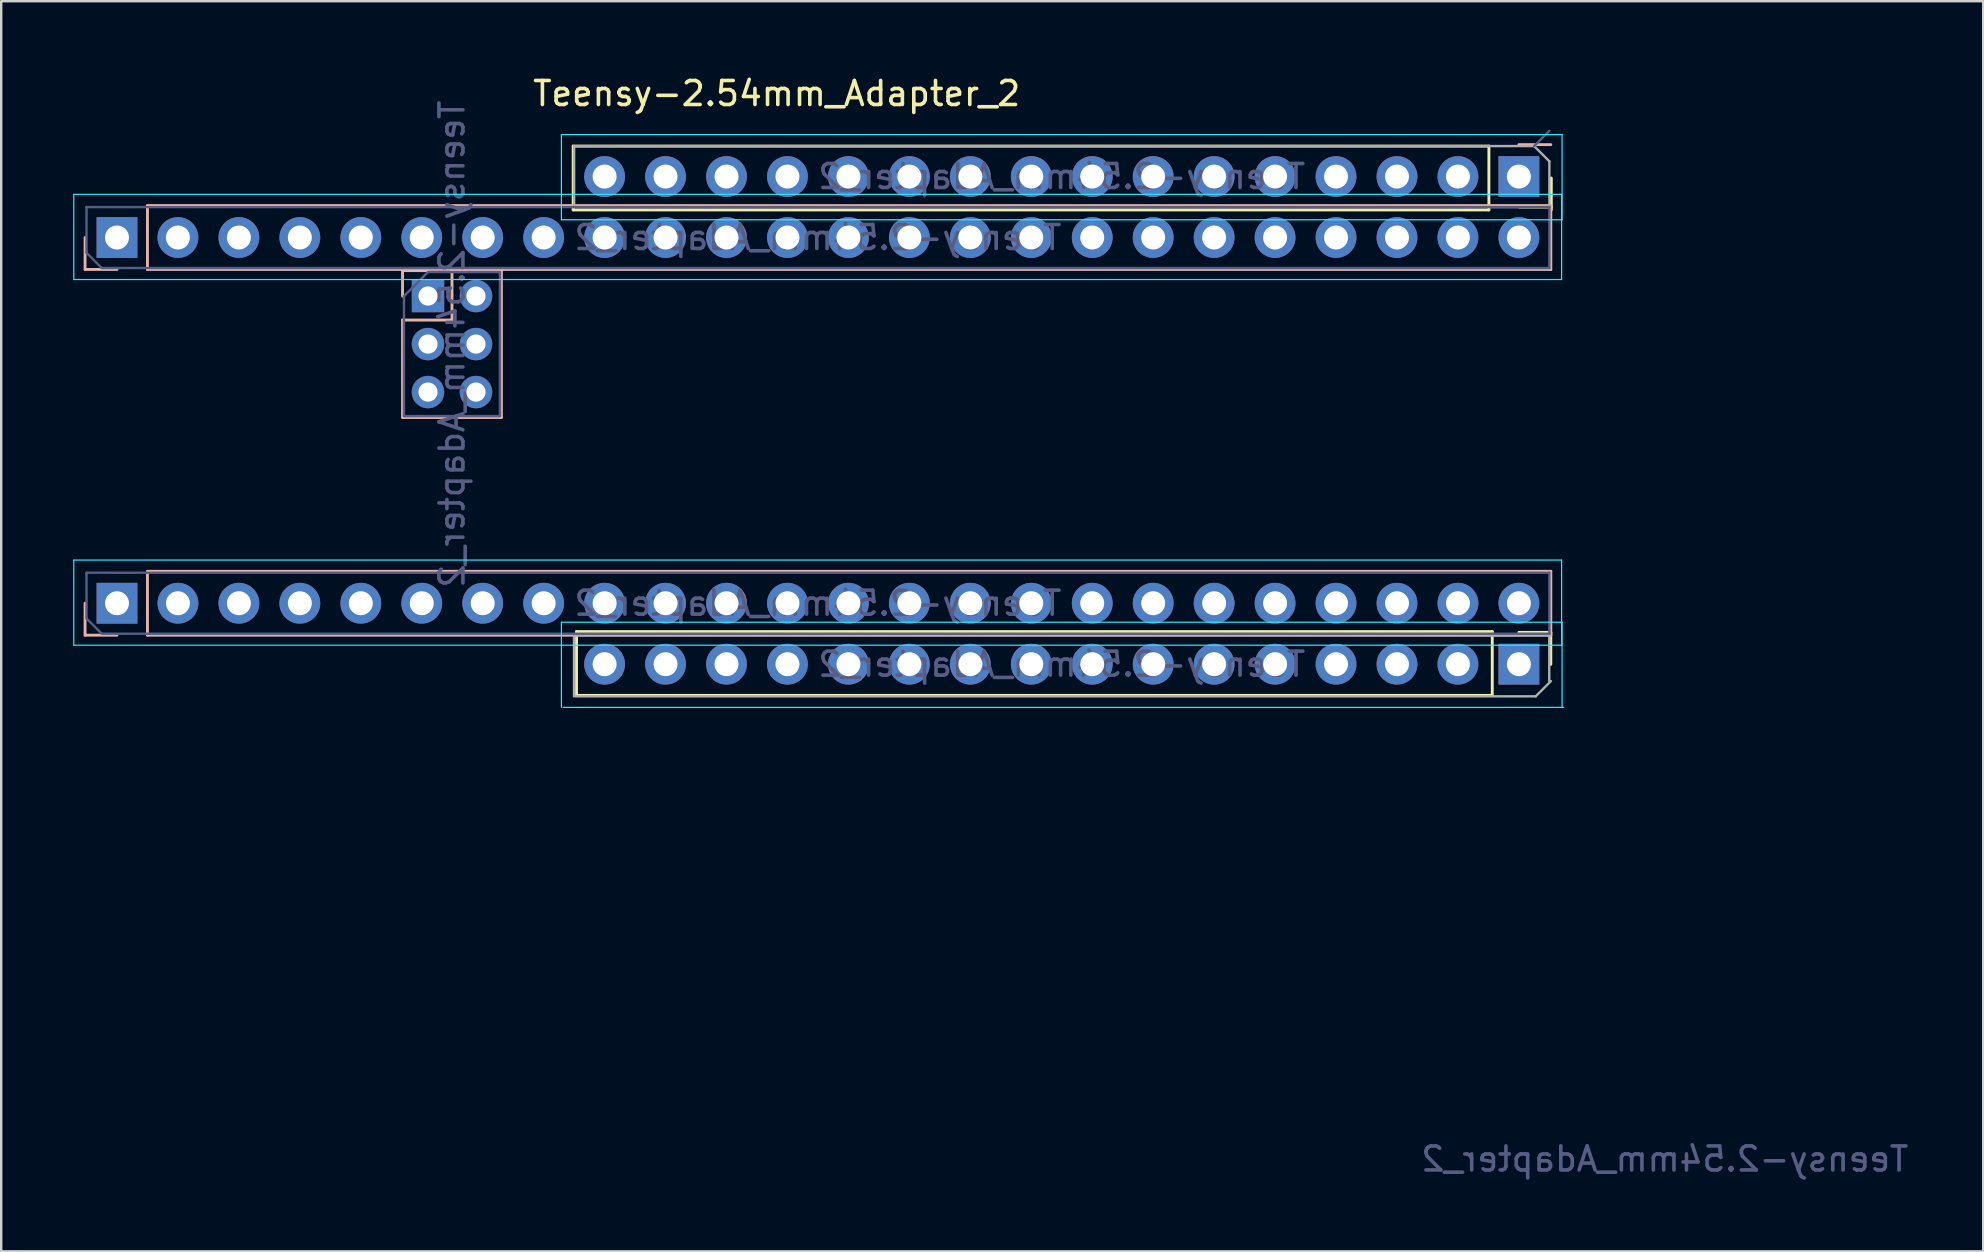
<source format=kicad_pcb>
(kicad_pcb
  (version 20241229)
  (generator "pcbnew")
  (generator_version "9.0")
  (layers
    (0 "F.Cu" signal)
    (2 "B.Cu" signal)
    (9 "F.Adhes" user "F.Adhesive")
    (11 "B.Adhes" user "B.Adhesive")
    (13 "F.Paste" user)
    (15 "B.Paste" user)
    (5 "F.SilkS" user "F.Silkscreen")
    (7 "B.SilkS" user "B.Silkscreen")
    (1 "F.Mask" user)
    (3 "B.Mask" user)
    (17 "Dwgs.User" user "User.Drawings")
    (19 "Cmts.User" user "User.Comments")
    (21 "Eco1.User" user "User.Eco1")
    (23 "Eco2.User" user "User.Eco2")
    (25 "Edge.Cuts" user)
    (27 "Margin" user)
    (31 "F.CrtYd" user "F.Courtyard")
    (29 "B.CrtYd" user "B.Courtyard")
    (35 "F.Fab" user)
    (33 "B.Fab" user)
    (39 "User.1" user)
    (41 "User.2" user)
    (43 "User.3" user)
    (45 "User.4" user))
  (footprint "Teensy-2.54mm_Adapter_2"
    (layer "F.Cu")
    (at 1.815 6.848)
    (property "Reference" "Teensy-2.54mm_Adapter_2" (at 27.5 -6 0) (unlocked yes) (layer "F.SilkS") (effects (font (size 1 1) (thickness 0.15))))
    (attr through_hole)
    (fp_line (start 19.02 -3.81) (end 19.02 -1.15) (stroke (width 0.12) (type solid)) (layer "F.SilkS"))
    (fp_line (start 19.16 16.42) (end 19.16 19.08) (stroke (width 0.12) (type solid)) (layer "F.SilkS"))
    (fp_line (start 57.18 -3.81) (end 19.02 -3.81) (stroke (width 0.12) (type solid)) (layer "F.SilkS"))
    (fp_line (start 57.18 -3.81) (end 57.18 -1.15) (stroke (width 0.12) (type solid)) (layer "F.SilkS"))
    (fp_line (start 57.18 -1.15) (end 19.02 -1.15) (stroke (width 0.12) (type solid)) (layer "F.SilkS"))
    (fp_line (start 57.32 16.42) (end 19.16 16.42) (stroke (width 0.12) (type solid)) (layer "F.SilkS"))
    (fp_line (start 57.32 16.42) (end 57.32 19.08) (stroke (width 0.12) (type solid)) (layer "F.SilkS"))
    (fp_line (start 57.32 19.08) (end 19.16 19.08) (stroke (width 0.12) (type solid)) (layer "F.SilkS"))
    (fp_line (start 58.43 16.455) (end 59.76 16.455) (stroke (width 0.12) (type solid)) (layer "F.SilkS"))
    (fp_line (start 58.45 -1.27) (end 59.78 -1.27) (stroke (width 0.12) (type solid)) (layer "F.SilkS"))
    (fp_line (start 59.76 16.455) (end 59.76 17.785) (stroke (width 0.12) (type solid)) (layer "F.SilkS"))
    (fp_line (start 59.78 -2.48) (end 59.78 -1.15) (stroke (width 0.12) (type solid)) (layer "F.SilkS"))
    (fp_line (start -1.32 0) (end -1.32 1.33) (stroke (width 0.12) (type solid)) (layer "B.SilkS"))
    (fp_line (start -1.32 1.33) (end 0.01 1.33) (stroke (width 0.12) (type solid)) (layer "B.SilkS"))
    (fp_line (start -1.32 15.24) (end -1.32 16.57) (stroke (width 0.12) (type solid)) (layer "B.SilkS"))
    (fp_line (start -1.32 16.57) (end 0.01 16.57) (stroke (width 0.12) (type solid)) (layer "B.SilkS"))
    (fp_line (start 1.28 -1.33) (end 1.28 1.33) (stroke (width 0.12) (type solid)) (layer "B.SilkS"))
    (fp_line (start 1.28 -1.33) (end 59.76 -1.33) (stroke (width 0.12) (type solid)) (layer "B.SilkS"))
    (fp_line (start 1.28 1.33) (end 59.76 1.33) (stroke (width 0.12) (type solid)) (layer "B.SilkS"))
    (fp_line (start 1.28 13.91) (end 1.28 16.57) (stroke (width 0.12) (type solid)) (layer "B.SilkS"))
    (fp_line (start 1.28 13.91) (end 59.76 13.91) (stroke (width 0.12) (type solid)) (layer "B.SilkS"))
    (fp_line (start 1.28 16.57) (end 59.76 16.57) (stroke (width 0.12) (type solid)) (layer "B.SilkS"))
    (fp_line (start 11.91 1.38) (end 11.91 2.44) (stroke (width 0.12) (type solid)) (layer "B.SilkS"))
    (fp_line (start 11.91 3.44) (end 11.91 7.5) (stroke (width 0.12) (type solid)) (layer "B.SilkS"))
    (fp_line (start 12.97 1.38) (end 11.91 1.38) (stroke (width 0.12) (type solid)) (layer "B.SilkS"))
    (fp_line (start 13.97 1.38) (end 13.97 3.44) (stroke (width 0.12) (type solid)) (layer "B.SilkS"))
    (fp_line (start 13.97 3.44) (end 11.91 3.44) (stroke (width 0.12) (type solid)) (layer "B.SilkS"))
    (fp_line (start 16.03 1.38) (end 13.97 1.38) (stroke (width 0.12) (type solid)) (layer "B.SilkS"))
    (fp_line (start 16.03 1.38) (end 16.03 7.5) (stroke (width 0.12) (type solid)) (layer "B.SilkS"))
    (fp_line (start 16.03 7.5) (end 11.91 7.5) (stroke (width 0.12) (type solid)) (layer "B.SilkS"))
    (fp_line (start 59.76 -1.33) (end 59.76 1.33) (stroke (width 0.12) (type solid)) (layer "B.SilkS"))
    (fp_line (start 59.76 -3.87) (end 58.43 -3.87) (stroke (width 0.12) (type solid)) (layer "B.SilkS"))
    (fp_line (start 59.76 13.91) (end 59.76 16.57) (stroke (width 0.12) (type solid)) (layer "B.SilkS"))
    (fp_line (start -1.79 -1.8) (end -1.79 1.75) (stroke (width 0.05) (type solid)) (layer "B.CrtYd"))
    (fp_line (start -1.79 1.75) (end 60.21 1.75) (stroke (width 0.05) (type solid)) (layer "B.CrtYd"))
    (fp_line (start -1.79 13.44) (end -1.79 16.99) (stroke (width 0.05) (type solid)) (layer "B.CrtYd"))
    (fp_line (start -1.79 16.99) (end 60.21 16.99) (stroke (width 0.05) (type solid)) (layer "B.CrtYd"))
    (fp_line (start 18.53 -4.29) (end 18.53 -0.74) (stroke (width 0.05) (type solid)) (layer "B.CrtYd"))
    (fp_line (start 18.53 -0.74) (end 60.23 -0.74) (stroke (width 0.05) (type solid)) (layer "B.CrtYd"))
    (fp_line (start 18.53 16.03) (end 18.53 19.58) (stroke (width 0.05) (type solid)) (layer "B.CrtYd"))
    (fp_line (start 18.6 19.58) (end 60.3 19.58) (stroke (width 0.05) (type solid)) (layer "B.CrtYd"))
    (fp_line (start 60.21 -1.8) (end -1.79 -1.8) (stroke (width 0.05) (type solid)) (layer "B.CrtYd"))
    (fp_line (start 60.21 1.75) (end 60.21 -1.8) (stroke (width 0.05) (type solid)) (layer "B.CrtYd"))
    (fp_line (start 60.21 13.44) (end -1.79 13.44) (stroke (width 0.05) (type solid)) (layer "B.CrtYd"))
    (fp_line (start 60.21 16.99) (end 60.21 13.44) (stroke (width 0.05) (type solid)) (layer "B.CrtYd"))
    (fp_line (start 60.23 -4.29) (end 18.53 -4.29) (stroke (width 0.05) (type solid)) (layer "B.CrtYd"))
    (fp_line (start 60.23 -0.74) (end 60.23 -4.29) (stroke (width 0.05) (type solid)) (layer "B.CrtYd"))
    (fp_line (start 60.23 16.03) (end 18.53 16.03) (stroke (width 0.05) (type solid)) (layer "B.CrtYd"))
    (fp_line (start 60.23 19.58) (end 60.23 16.03) (stroke (width 0.05) (type solid)) (layer "B.CrtYd"))
    (fp_line (start -1.26 -1.27) (end -1.26 0.635) (stroke (width 0.1) (type solid)) (layer "B.Fab"))
    (fp_line (start -1.26 0.635) (end -0.625 1.27) (stroke (width 0.1) (type solid)) (layer "B.Fab"))
    (fp_line (start -1.26 13.97) (end -1.26 15.875) (stroke (width 0.1) (type solid)) (layer "B.Fab"))
    (fp_line (start -1.26 15.875) (end -0.625 16.51) (stroke (width 0.1) (type solid)) (layer "B.Fab"))
    (fp_line (start -0.625 1.27) (end 59.7 1.27) (stroke (width 0.1) (type solid)) (layer "B.Fab"))
    (fp_line (start -0.625 16.51) (end 59.7 16.51) (stroke (width 0.1) (type solid)) (layer "B.Fab"))
    (fp_line (start 11.97 2.44) (end 11.97 7.44) (stroke (width 0.1) (type solid)) (layer "B.Fab"))
    (fp_line (start 11.97 7.44) (end 15.97 7.44) (stroke (width 0.1) (type solid)) (layer "B.Fab"))
    (fp_line (start 12.97 1.44) (end 11.97 2.44) (stroke (width 0.1) (type solid)) (layer "B.Fab"))
    (fp_line (start 15.97 1.44) (end 12.97 1.44) (stroke (width 0.1) (type solid)) (layer "B.Fab"))
    (fp_line (start 15.97 7.44) (end 15.97 1.44) (stroke (width 0.1) (type solid)) (layer "B.Fab"))
    (fp_line (start 59.065 -3.81) (end 59.7 -4.445) (stroke (width 0.1) (type solid)) (layer "B.Fab"))
    (fp_line (start 59.7 -1.27) (end -1.26 -1.27) (stroke (width 0.1) (type solid)) (layer "B.Fab"))
    (fp_line (start 59.7 1.27) (end 59.7 -1.27) (stroke (width 0.1) (type solid)) (layer "B.Fab"))
    (fp_line (start 59.7 13.97) (end -1.26 13.97) (stroke (width 0.1) (type solid)) (layer "B.Fab"))
    (fp_line (start 59.7 16.51) (end 59.7 13.97) (stroke (width 0.1) (type solid)) (layer "B.Fab"))
    (fp_line (start 19.055 16.58) (end 59.695 16.58) (stroke (width 0.1) (type solid)) (layer "F.Fab"))
    (fp_line (start 19.055 19.12) (end 19.055 16.58) (stroke (width 0.1) (type solid)) (layer "F.Fab"))
    (fp_line (start 19.06 -3.81) (end 19.06 -1.27) (stroke (width 0.1) (type solid)) (layer "F.Fab"))
    (fp_line (start 19.06 -1.27) (end 59.7 -1.27) (stroke (width 0.1) (type solid)) (layer "F.Fab"))
    (fp_line (start 59.065 -3.81) (end 19.06 -3.81) (stroke (width 0.1) (type solid)) (layer "F.Fab"))
    (fp_line (start 59.13 19.12) (end 19.125 19.12) (stroke (width 0.1) (type solid)) (layer "F.Fab"))
    (fp_line (start 59.695 16.58) (end 59.695 18.485) (stroke (width 0.1) (type solid)) (layer "F.Fab"))
    (fp_line (start 59.7 -3.175) (end 59.065 -3.81) (stroke (width 0.1) (type solid)) (layer "F.Fab"))
    (fp_line (start 59.7 -1.27) (end 59.7 -3.175) (stroke (width 0.1) (type solid)) (layer "F.Fab"))
    (fp_line (start 59.765 18.485) (end 59.13 19.12) (stroke (width 0.1) (type solid)) (layer "F.Fab"))
    (fp_text user "${REFERENCE}" (at 29.22 0 0) (layer "B.Fab") (effects (font (size 1 1) (thickness 0.15)) (justify mirror)))
    (fp_text user "${REFERENCE}" (at 64.51 38.4 0) (layer "B.Fab") (effects (font (size 1 1) (thickness 0.15)) (justify mirror)))
    (fp_text user "${REFERENCE}" (at 39.38 -2.54 0) (layer "B.Fab") (effects (font (size 1 1) (thickness 0.15)) (justify mirror)))
    (fp_text user "${REFERENCE}" (at 39.38 17.78 0) (layer "B.Fab") (effects (font (size 1 1) (thickness 0.15)) (justify mirror)))
    (fp_text user "${REFERENCE}" (at 29.22 15.24 0) (layer "B.Fab") (effects (font (size 1 1) (thickness 0.15)) (justify mirror)))
    (fp_text user "${REFERENCE}" (at 13.97 4.44 90) (layer "B.Fab") (effects (font (size 1 1) (thickness 0.15)) (justify mirror)))
    (pad "1" thru_hole rect (at 0.01 15.24 270) (size 1.7 1.7) (drill 1) (layers "*.Cu" "*.Mask"))
    (pad "2" thru_hole oval (at 2.55 15.24 270) (size 1.7 1.7) (drill 1) (layers "*.Cu" "*.Mask"))
    (pad "3" thru_hole oval (at 5.09 15.24 270) (size 1.7 1.7) (drill 1) (layers "*.Cu" "*.Mask"))
    (pad "4" thru_hole oval (at 7.63 15.24 270) (size 1.7 1.7) (drill 1) (layers "*.Cu" "*.Mask"))
    (pad "5" thru_hole oval (at 10.17 15.24 270) (size 1.7 1.7) (drill 1) (layers "*.Cu" "*.Mask"))
    (pad "6" thru_hole oval (at 12.71 15.24 270) (size 1.7 1.7) (drill 1) (layers "*.Cu" "*.Mask"))
    (pad "7" thru_hole oval (at 15.25 15.24 270) (size 1.7 1.7) (drill 1) (layers "*.Cu" "*.Mask"))
    (pad "8" thru_hole oval (at 17.79 15.24 270) (size 1.7 1.7) (drill 1) (layers "*.Cu" "*.Mask"))
    (pad "9" thru_hole oval (at 20.33 15.24 270) (size 1.7 1.7) (drill 1) (layers "*.Cu" "*.Mask"))
    (pad "9a" thru_hole oval (at 20.33 17.78 90) (size 1.7 1.7) (drill 1) (layers "*.Cu" "*.Mask"))
    (pad "10" thru_hole oval (at 22.87 15.24 270) (size 1.7 1.7) (drill 1) (layers "*.Cu" "*.Mask"))
    (pad "10a" thru_hole oval (at 22.87 17.78 90) (size 1.7 1.7) (drill 1) (layers "*.Cu" "*.Mask"))
    (pad "11" thru_hole oval (at 25.41 15.24 270) (size 1.7 1.7) (drill 1) (layers "*.Cu" "*.Mask"))
    (pad "11a" thru_hole oval (at 25.41 17.78 90) (size 1.7 1.7) (drill 1) (layers "*.Cu" "*.Mask"))
    (pad "12" thru_hole oval (at 27.95 15.24 270) (size 1.7 1.7) (drill 1) (layers "*.Cu" "*.Mask"))
    (pad "12a" thru_hole oval (at 27.95 17.78 90) (size 1.7 1.7) (drill 1) (layers "*.Cu" "*.Mask"))
    (pad "13" thru_hole oval (at 30.49 15.24 270) (size 1.7 1.7) (drill 1) (layers "*.Cu" "*.Mask"))
    (pad "13a" thru_hole oval (at 30.49 17.78 90) (size 1.7 1.7) (drill 1) (layers "*.Cu" "*.Mask"))
    (pad "14" thru_hole oval (at 33.03 15.24 270) (size 1.7 1.7) (drill 1) (layers "*.Cu" "*.Mask"))
    (pad "14a" thru_hole oval (at 33.03 17.78 90) (size 1.7 1.7) (drill 1) (layers "*.Cu" "*.Mask"))
    (pad "15" thru_hole oval (at 35.57 15.24 270) (size 1.7 1.7) (drill 1) (layers "*.Cu" "*.Mask"))
    (pad "15a" thru_hole oval (at 35.57 17.78 90) (size 1.7 1.7) (drill 1) (layers "*.Cu" "*.Mask"))
    (pad "16" thru_hole oval (at 38.11 15.24 270) (size 1.7 1.7) (drill 1) (layers "*.Cu" "*.Mask"))
    (pad "16a" thru_hole oval (at 38.11 17.78 90) (size 1.7 1.7) (drill 1) (layers "*.Cu" "*.Mask"))
    (pad "17" thru_hole oval (at 40.65 15.24 270) (size 1.7 1.7) (drill 1) (layers "*.Cu" "*.Mask"))
    (pad "17a" thru_hole oval (at 40.65 17.78 90) (size 1.7 1.7) (drill 1) (layers "*.Cu" "*.Mask"))
    (pad "18" thru_hole oval (at 43.19 15.24 270) (size 1.7 1.7) (drill 1) (layers "*.Cu" "*.Mask"))
    (pad "18a" thru_hole oval (at 43.19 17.78 90) (size 1.7 1.7) (drill 1) (layers "*.Cu" "*.Mask"))
    (pad "19" thru_hole oval (at 45.73 15.24 270) (size 1.7 1.7) (drill 1) (layers "*.Cu" "*.Mask"))
    (pad "19a" thru_hole oval (at 45.73 17.78 90) (size 1.7 1.7) (drill 1) (layers "*.Cu" "*.Mask"))
    (pad "20" thru_hole oval (at 48.27 15.24 270) (size 1.7 1.7) (drill 1) (layers "*.Cu" "*.Mask"))
    (pad "20a" thru_hole oval (at 48.27 17.78 90) (size 1.7 1.7) (drill 1) (layers "*.Cu" "*.Mask"))
    (pad "21" thru_hole oval (at 50.81 15.24 270) (size 1.7 1.7) (drill 1) (layers "*.Cu" "*.Mask"))
    (pad "21a" thru_hole oval (at 50.81 17.78 90) (size 1.7 1.7) (drill 1) (layers "*.Cu" "*.Mask"))
    (pad "22" thru_hole oval (at 53.35 15.24 270) (size 1.7 1.7) (drill 1) (layers "*.Cu" "*.Mask"))
    (pad "22a" thru_hole oval (at 53.35 17.78 90) (size 1.7 1.7) (drill 1) (layers "*.Cu" "*.Mask"))
    (pad "23" thru_hole oval (at 55.89 15.24 270) (size 1.7 1.7) (drill 1) (layers "*.Cu" "*.Mask"))
    (pad "23a" thru_hole oval (at 55.89 17.78 90) (size 1.7 1.7) (drill 1) (layers "*.Cu" "*.Mask"))
    (pad "24" thru_hole oval (at 58.43 15.24 270) (size 1.7 1.7) (drill 1) (layers "*.Cu" "*.Mask"))
    (pad "24a" thru_hole rect (at 58.43 17.78 90) (size 1.7 1.7) (drill 1) (layers "*.Cu" "*.Mask"))
    (pad "25" thru_hole oval (at 58.43 0 270) (size 1.7 1.7) (drill 1) (layers "*.Cu" "*.Mask"))
    (pad "25a" thru_hole rect (at 58.43 -2.54 90) (size 1.7 1.7) (drill 1) (layers "*.Cu" "*.Mask"))
    (pad "26" thru_hole oval (at 55.89 0 270) (size 1.7 1.7) (drill 1) (layers "*.Cu" "*.Mask"))
    (pad "26a" thru_hole oval (at 55.89 -2.54 90) (size 1.7 1.7) (drill 1) (layers "*.Cu" "*.Mask"))
    (pad "27" thru_hole oval (at 53.35 0 270) (size 1.7 1.7) (drill 1) (layers "*.Cu" "*.Mask"))
    (pad "27a" thru_hole oval (at 53.35 -2.54 90) (size 1.7 1.7) (drill 1) (layers "*.Cu" "*.Mask"))
    (pad "28" thru_hole oval (at 50.81 0 270) (size 1.7 1.7) (drill 1) (layers "*.Cu" "*.Mask"))
    (pad "28a" thru_hole oval (at 50.81 -2.54 90) (size 1.7 1.7) (drill 1) (layers "*.Cu" "*.Mask"))
    (pad "29" thru_hole oval (at 48.27 0 270) (size 1.7 1.7) (drill 1) (layers "*.Cu" "*.Mask"))
    (pad "29a" thru_hole oval (at 48.27 -2.54 90) (size 1.7 1.7) (drill 1) (layers "*.Cu" "*.Mask"))
    (pad "30" thru_hole oval (at 45.73 0 270) (size 1.7 1.7) (drill 1) (layers "*.Cu" "*.Mask"))
    (pad "30a" thru_hole oval (at 45.73 -2.54 90) (size 1.7 1.7) (drill 1) (layers "*.Cu" "*.Mask"))
    (pad "31" thru_hole oval (at 43.19 0 270) (size 1.7 1.7) (drill 1) (layers "*.Cu" "*.Mask"))
    (pad "31a" thru_hole oval (at 43.19 -2.54 90) (size 1.7 1.7) (drill 1) (layers "*.Cu" "*.Mask"))
    (pad "32" thru_hole oval (at 40.65 0 270) (size 1.7 1.7) (drill 1) (layers "*.Cu" "*.Mask"))
    (pad "32a" thru_hole oval (at 40.65 -2.54 90) (size 1.7 1.7) (drill 1) (layers "*.Cu" "*.Mask"))
    (pad "33" thru_hole oval (at 38.11 0 270) (size 1.7 1.7) (drill 1) (layers "*.Cu" "*.Mask"))
    (pad "33a" thru_hole oval (at 38.11 -2.54 90) (size 1.7 1.7) (drill 1) (layers "*.Cu" "*.Mask"))
    (pad "34" thru_hole oval (at 35.57 0 270) (size 1.7 1.7) (drill 1) (layers "*.Cu" "*.Mask"))
    (pad "34a" thru_hole oval (at 35.57 -2.54 90) (size 1.7 1.7) (drill 1) (layers "*.Cu" "*.Mask"))
    (pad "35" thru_hole oval (at 33.03 0 270) (size 1.7 1.7) (drill 1) (layers "*.Cu" "*.Mask"))
    (pad "35a" thru_hole oval (at 33.03 -2.54 90) (size 1.7 1.7) (drill 1) (layers "*.Cu" "*.Mask"))
    (pad "36" thru_hole oval (at 30.49 0 270) (size 1.7 1.7) (drill 1) (layers "*.Cu" "*.Mask"))
    (pad "36a" thru_hole oval (at 30.49 -2.54 90) (size 1.7 1.7) (drill 1) (layers "*.Cu" "*.Mask"))
    (pad "37" thru_hole oval (at 27.95 0 270) (size 1.7 1.7) (drill 1) (layers "*.Cu" "*.Mask"))
    (pad "37a" thru_hole oval (at 27.95 -2.54 90) (size 1.7 1.7) (drill 1) (layers "*.Cu" "*.Mask"))
    (pad "38" thru_hole oval (at 25.41 0 270) (size 1.7 1.7) (drill 1) (layers "*.Cu" "*.Mask"))
    (pad "38a" thru_hole oval (at 25.41 -2.54 90) (size 1.7 1.7) (drill 1) (layers "*.Cu" "*.Mask"))
    (pad "39" thru_hole oval (at 22.87 0 270) (size 1.7 1.7) (drill 1) (layers "*.Cu" "*.Mask"))
    (pad "39a" thru_hole oval (at 22.87 -2.54 90) (size 1.7 1.7) (drill 1) (layers "*.Cu" "*.Mask"))
    (pad "40" thru_hole oval (at 20.33 0 270) (size 1.7 1.7) (drill 1) (layers "*.Cu" "*.Mask"))
    (pad "40a" thru_hole oval (at 20.33 -2.54 90) (size 1.7 1.7) (drill 1) (layers "*.Cu" "*.Mask"))
    (pad "41" thru_hole oval (at 17.79 0 270) (size 1.7 1.7) (drill 1) (layers "*.Cu" "*.Mask"))
    (pad "42" thru_hole oval (at 15.25 0 270) (size 1.7 1.7) (drill 1) (layers "*.Cu" "*.Mask"))
    (pad "43" thru_hole oval (at 12.71 0 270) (size 1.7 1.7) (drill 1) (layers "*.Cu" "*.Mask"))
    (pad "44" thru_hole oval (at 10.17 0 270) (size 1.7 1.7) (drill 1) (layers "*.Cu" "*.Mask"))
    (pad "45" thru_hole oval (at 7.63 0 270) (size 1.7 1.7) (drill 1) (layers "*.Cu" "*.Mask"))
    (pad "46" thru_hole oval (at 5.09 0 270) (size 1.7 1.7) (drill 1) (layers "*.Cu" "*.Mask"))
    (pad "47" thru_hole oval (at 2.55 0 270) (size 1.7 1.7) (drill 1) (layers "*.Cu" "*.Mask"))
    (pad "48" thru_hole rect (at 0.01 0 270) (size 1.7 1.7) (drill 1) (layers "*.Cu" "*.Mask"))
    (pad "49" thru_hole rect (at 12.97 2.438) (size 1.35 1.35) (drill 0.8) (layers "*.Cu" "*.Mask"))
    (pad "50" thru_hole oval (at 12.97 4.44) (size 1.35 1.35) (drill 0.8) (layers "*.Cu" "*.Mask"))
    (pad "51" thru_hole oval (at 12.97 6.44) (size 1.35 1.35) (drill 0.8) (layers "*.Cu" "*.Mask"))
    (pad "52" thru_hole oval (at 14.97 6.44) (size 1.35 1.35) (drill 0.8) (layers "*.Cu" "*.Mask"))
    (pad "53" thru_hole oval (at 14.97 4.44) (size 1.35 1.35) (drill 0.8) (layers "*.Cu" "*.Mask"))
    (pad "54" thru_hole oval (at 14.97 2.44) (size 1.35 1.35) (drill 0.8) (layers "*.Cu" "*.Mask")))
  (gr_rect
    (start -3 -3)
    (end 79.593 49.096)
    (stroke (width 0.1) (type default))
    (fill no)
    (layer "Edge.Cuts")))
</source>
